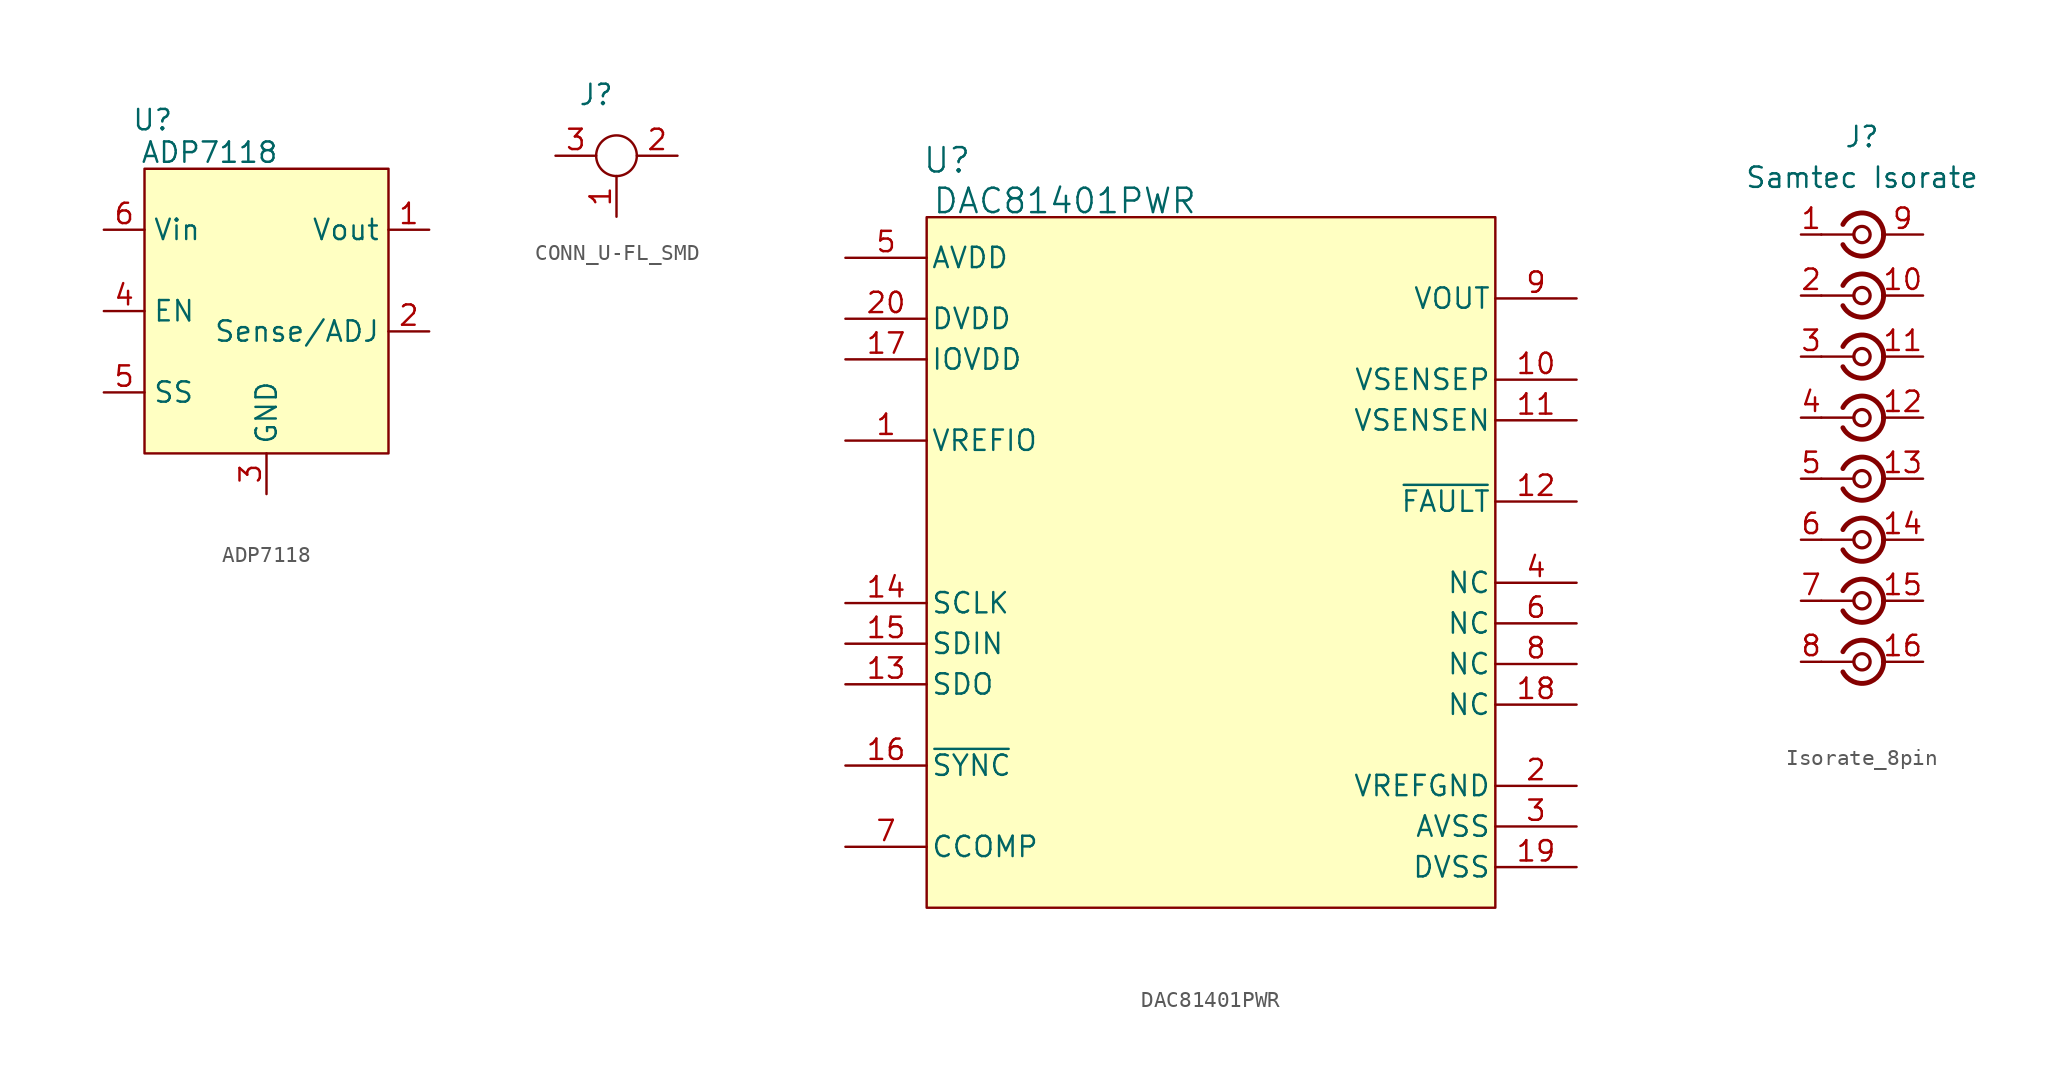
<source format=kicad_sym>
(kicad_symbol_lib
  (version 20241209)
  (generator "kicad_symbol_editor")
  (generator_version "9.0")
  (symbol "ADP7118"
    (property "Reference" "U"
      (at 0.508 3.048 0)
      (effects (font (size 1.27 1.27))))
    (property "Value" "ADP7118"
      (at 4.064 1.016 0)
      (effects (font (size 1.27 1.27))))
    (symbol "ADP7118_0_1"
      (rectangle (start 0 0) (end 15.24 -17.78) (stroke (width 0) (type default)) (fill (type background))))
    (symbol "ADP7118_1_1"
      (pin input line (at -2.54 -3.81 0) (length 2.54) (name "Vin" (effects (font (size 1.27 1.27)))) (number "6" (effects (font (size 1.27 1.27)))))
      (pin passive line (at -2.54 -8.89 0) (length 2.54) (name "EN" (effects (font (size 1.27 1.27)))) (number "4" (effects (font (size 1.27 1.27)))))
      (pin passive line (at -2.54 -13.97 0) (length 2.54) (name "SS" (effects (font (size 1.27 1.27)))) (number "5" (effects (font (size 1.27 1.27)))))
      (pin passive line (at 7.62 -20.32 90) (length 2.54) (name "GND" (effects (font (size 1.27 1.27)))) (number "3" (effects (font (size 1.27 1.27)))))
      (pin output line (at 17.78 -3.81 180) (length 2.54) (name "Vout" (effects (font (size 1.27 1.27)))) (number "1" (effects (font (size 1.27 1.27)))))
      (pin output line (at 17.78 -10.16 180) (length 2.54) (name "Sense/ADJ" (effects (font (size 1.27 1.27)))) (number "2" (effects (font (size 1.27 1.27)))))))
  (symbol "CONN_U-FL_SMD"
    (property "Reference" "J"
      (at -1.27 1.27 0)
      (effects (font (size 1.27 1.27))))
    (property "Value" ""
      (at 0 0 0)
      (effects (font (size 1.27 1.27))))
    (symbol "CONN_U-FL_SMD_0_1"
      (circle (center 0 -2.54) (radius 1.27) (stroke (width 0) (type default)) (fill (type none))))
    (symbol "CONN_U-FL_SMD_1_1"
      (pin passive line (at -3.81 -2.54 0) (length 2.54) (name "" (effects (font (size 1.27 1.27)))) (number "3" (effects (font (size 1.27 1.27)))))
      (pin passive line (at 0 -6.35 90) (length 2.54) (name "" (effects (font (size 1.27 1.27)))) (number "1" (effects (font (size 1.27 1.27)))))
      (pin passive line (at 3.81 -2.54 180) (length 2.54) (name "" (effects (font (size 1.27 1.27)))) (number "2" (effects (font (size 1.27 1.27)))))))
  (symbol "DAC81401PWR"
    (pin_names
      (offset 0.254))
    (property "Reference" "U"
      (at 1.27 3.556 0)
      (effects (font (size 1.524 1.524))))
    (property "Value" "DAC81401PWR"
      (at 8.636 1.016 0)
      (effects (font (size 1.524 1.524))))
    (symbol "DAC81401PWR_0_1"
      (rectangle (start 0 0) (end 35.56 -43.18) (stroke (width 0) (type default)) (fill (type background)))
      (pin power_in line (at -5.08 -2.54 0) (length 5.08) (name "AVDD" (effects (font (size 1.27 1.27)))) (number "5" (effects (font (size 1.27 1.27)))))
      (pin power_in line (at -5.08 -6.35 0) (length 5.08) (name "DVDD" (effects (font (size 1.27 1.27)))) (number "20" (effects (font (size 1.27 1.27)))))
      (pin power_in line (at -5.08 -8.89 0) (length 5.08) (name "IOVDD" (effects (font (size 1.27 1.27)))) (number "17" (effects (font (size 1.27 1.27)))))
      (pin input line (at -5.08 -24.13 0) (length 5.08) (name "SCLK" (effects (font (size 1.27 1.27)))) (number "14" (effects (font (size 1.27 1.27)))))
      (pin input line (at -5.08 -26.67 0) (length 5.08) (name "SDIN" (effects (font (size 1.27 1.27)))) (number "15" (effects (font (size 1.27 1.27)))))
      (pin output line (at -5.08 -29.21 0) (length 5.08) (name "SDO" (effects (font (size 1.27 1.27)))) (number "13" (effects (font (size 1.27 1.27)))))
      (pin power_in line (at 40.64 -10.16 180) (length 5.08) (name "VSENSEP" (effects (font (size 1.27 1.27)))) (number "10" (effects (font (size 1.27 1.27)))))
      (pin power_in line (at 40.64 -12.7 180) (length 5.08) (name "VSENSEN" (effects (font (size 1.27 1.27)))) (number "11" (effects (font (size 1.27 1.27)))))
      (pin unspecified line (at 40.64 -22.86 180) (length 5.08) (name "NC" (effects (font (size 1.27 1.27)))) (number "4" (effects (font (size 1.27 1.27)))))
      (pin unspecified line (at 40.64 -25.4 180) (length 5.08) (name "NC" (effects (font (size 1.27 1.27)))) (number "6" (effects (font (size 1.27 1.27)))))
      (pin unspecified line (at 40.64 -27.94 180) (length 5.08) (name "NC" (effects (font (size 1.27 1.27)))) (number "8" (effects (font (size 1.27 1.27)))))
      (pin unspecified line (at 40.64 -30.48 180) (length 5.08) (name "NC" (effects (font (size 1.27 1.27)))) (number "18" (effects (font (size 1.27 1.27)))))
      (pin power_in line (at 40.64 -35.56 180) (length 5.08) (name "VREFGND" (effects (font (size 1.27 1.27)))) (number "2" (effects (font (size 1.27 1.27)))))
      (pin power_in line (at 40.64 -38.1 180) (length 5.08) (name "AVSS" (effects (font (size 1.27 1.27)))) (number "3" (effects (font (size 1.27 1.27)))))
      (pin power_in line (at 40.64 -40.64 180) (length 5.08) (name "DVSS" (effects (font (size 1.27 1.27)))) (number "19" (effects (font (size 1.27 1.27))))))
    (symbol "DAC81401PWR_1_1"
      (pin passive line (at -5.08 -13.97 0) (length 5.08) (name "VREFIO" (effects (font (size 1.27 1.27)))) (number "1" (effects (font (size 1.27 1.27)))))
      (pin input line (at -5.08 -34.29 0) (length 5.08) (name "~{SYNC}" (effects (font (size 1.27 1.27)))) (number "16" (effects (font (size 1.27 1.27)))))
      (pin passive line (at -5.08 -39.37 0) (length 5.08) (name "CCOMP" (effects (font (size 1.27 1.27)))) (number "7" (effects (font (size 1.27 1.27)))))
      (pin power_out line (at 40.64 -5.08 180) (length 5.08) (name "VOUT" (effects (font (size 1.27 1.27)))) (number "9" (effects (font (size 1.27 1.27)))))
      (pin open_collector line (at 40.64 -17.78 180) (length 5.08) (name "~{FAULT}" (effects (font (size 1.27 1.27)))) (number "12" (effects (font (size 1.27 1.27)))))))
  (symbol "Isorate_8pin"
    (pin_names
      (offset 1.016)
      (hide yes))
    (property "Reference" "J"
      (at 0 6.096 0)
      (effects (font (size 1.27 1.27))))
    (property "Value" "Samtec Isorate"
      (at 0 3.556 0)
      (effects (font (size 1.27 1.27))))
    (symbol "Isorate_8pin_0_1"
      (polyline (pts (xy -2.54 0) (xy -0.508 0)) (stroke (width 0) (type default)) (fill (type none)))
      (polyline (pts (xy -2.54 -3.81) (xy -0.508 -3.81)) (stroke (width 0) (type default)) (fill (type none)))
      (polyline (pts (xy -2.54 -7.62) (xy -0.508 -7.62)) (stroke (width 0) (type default)) (fill (type none)))
      (polyline (pts (xy -2.54 -11.43) (xy -0.508 -11.43)) (stroke (width 0) (type default)) (fill (type none)))
      (polyline (pts (xy -2.54 -15.24) (xy -0.508 -15.24)) (stroke (width 0) (type default)) (fill (type none)))
      (polyline (pts (xy -2.54 -19.05) (xy -0.508 -19.05)) (stroke (width 0) (type default)) (fill (type none)))
      (polyline (pts (xy -2.54 -22.86) (xy -0.508 -22.86)) (stroke (width 0) (type default)) (fill (type none)))
      (polyline (pts (xy -2.54 -26.67) (xy -0.508 -26.67)) (stroke (width 0) (type default)) (fill (type none)))
      (circle (center 0 0) (radius 0.508) (stroke (width 0.203) (type default)) (fill (type none)))
      (circle (center 0 -3.81) (radius 0.508) (stroke (width 0.203) (type default)) (fill (type none)))
      (circle (center 0 -7.62) (radius 0.508) (stroke (width 0.203) (type default)) (fill (type none)))
      (circle (center 0 -11.43) (radius 0.508) (stroke (width 0.203) (type default)) (fill (type none)))
      (circle (center 0 -15.24) (radius 0.508) (stroke (width 0.203) (type default)) (fill (type none)))
      (circle (center 0 -19.05) (radius 0.508) (stroke (width 0.203) (type default)) (fill (type none)))
      (circle (center 0 -22.86) (radius 0.508) (stroke (width 0.203) (type default)) (fill (type none)))
      (circle (center 0 -26.67) (radius 0.508) (stroke (width 0.203) (type default)) (fill (type none))))
    (symbol "Isorate_8pin_1_1"
      (arc (start 1.3484 0.0039) (mid 0.327 -1.308) (end -1.1916 -0.6311) (stroke (width 0.3048) (type default)) (fill (type none)))
      (arc (start -1.1916 0.6311) (mid 0.327 1.3081) (end 1.3484 -0.0039) (stroke (width 0.3048) (type default)) (fill (type none)))
      (arc (start 1.3484 -3.8061) (mid 0.327 -5.118) (end -1.1916 -4.4411) (stroke (width 0.3048) (type default)) (fill (type none)))
      (arc (start -1.1916 -3.1789) (mid 0.327 -2.5019) (end 1.3484 -3.8139) (stroke (width 0.3048) (type default)) (fill (type none)))
      (arc (start 1.3484 -7.6161) (mid 0.327 -8.928) (end -1.1916 -8.2511) (stroke (width 0.3048) (type default)) (fill (type none)))
      (arc (start -1.1916 -6.9889) (mid 0.327 -6.3119) (end 1.3484 -7.6239) (stroke (width 0.3048) (type default)) (fill (type none)))
      (arc (start 1.3484 -11.4261) (mid 0.327 -12.738) (end -1.1916 -12.0611) (stroke (width 0.3048) (type default)) (fill (type none)))
      (arc (start -1.1916 -10.7989) (mid 0.327 -10.1219) (end 1.3484 -11.4339) (stroke (width 0.3048) (type default)) (fill (type none)))
      (arc (start 1.3484 -15.2361) (mid 0.327 -16.548) (end -1.1916 -15.8711) (stroke (width 0.3048) (type default)) (fill (type none)))
      (arc (start -1.1916 -14.6089) (mid 0.327 -13.9319) (end 1.3484 -15.2439) (stroke (width 0.3048) (type default)) (fill (type none)))
      (arc (start 1.3484 -19.0461) (mid 0.327 -20.358) (end -1.1916 -19.6811) (stroke (width 0.3048) (type default)) (fill (type none)))
      (arc (start -1.1916 -18.4189) (mid 0.327 -17.7419) (end 1.3484 -19.0539) (stroke (width 0.3048) (type default)) (fill (type none)))
      (arc (start 1.3484 -22.8561) (mid 0.327 -24.168) (end -1.1916 -23.4911) (stroke (width 0.3048) (type default)) (fill (type none)))
      (arc (start -1.1916 -22.2289) (mid 0.327 -21.5519) (end 1.3484 -22.8639) (stroke (width 0.3048) (type default)) (fill (type none)))
      (arc (start 1.3484 -26.6661) (mid 0.327 -27.978) (end -1.1916 -27.3011) (stroke (width 0.3048) (type default)) (fill (type none)))
      (arc (start -1.1916 -26.0389) (mid 0.327 -25.3619) (end 1.3484 -26.6739) (stroke (width 0.3048) (type default)) (fill (type none)))
      (pin passive line (at -3.81 0 0) (length 1.27) (name "In" (effects (font (size 1.27 1.27)))) (number "1" (effects (font (size 1.27 1.27)))))
      (pin passive line (at -3.81 -3.81 0) (length 1.27) (name "In" (effects (font (size 1.27 1.27)))) (number "2" (effects (font (size 1.27 1.27)))))
      (pin passive line (at -3.81 -7.62 0) (length 1.27) (name "In" (effects (font (size 1.27 1.27)))) (number "3" (effects (font (size 1.27 1.27)))))
      (pin passive line (at -3.81 -11.43 0) (length 1.27) (name "In" (effects (font (size 1.27 1.27)))) (number "4" (effects (font (size 1.27 1.27)))))
      (pin passive line (at -3.81 -15.24 0) (length 1.27) (name "In" (effects (font (size 1.27 1.27)))) (number "5" (effects (font (size 1.27 1.27)))))
      (pin passive line (at -3.81 -19.05 0) (length 1.27) (name "In" (effects (font (size 1.27 1.27)))) (number "6" (effects (font (size 1.27 1.27)))))
      (pin passive line (at -3.81 -22.86 0) (length 1.27) (name "In" (effects (font (size 1.27 1.27)))) (number "7" (effects (font (size 1.27 1.27)))))
      (pin passive line (at -3.81 -26.67 0) (length 1.27) (name "In" (effects (font (size 1.27 1.27)))) (number "8" (effects (font (size 1.27 1.27)))))
      (pin passive line (at 3.81 0 180) (length 2.54) (name "gnd" (effects (font (size 1.27 1.27)))) (number "9" (effects (font (size 1.27 1.27)))))
      (pin passive line (at 3.81 -3.81 180) (length 2.54) (name "gnd" (effects (font (size 1.27 1.27)))) (number "10" (effects (font (size 1.27 1.27)))))
      (pin passive line (at 3.81 -7.62 180) (length 2.54) (name "11" (effects (font (size 1.27 1.27)))) (number "11" (effects (font (size 1.27 1.27)))))
      (pin passive line (at 3.81 -11.43 180) (length 2.54) (name "gnd" (effects (font (size 1.27 1.27)))) (number "12" (effects (font (size 1.27 1.27)))))
      (pin passive line (at 3.81 -15.24 180) (length 2.54) (name "gnd" (effects (font (size 1.27 1.27)))) (number "13" (effects (font (size 1.27 1.27)))))
      (pin passive line (at 3.81 -19.05 180) (length 2.54) (name "gnd" (effects (font (size 1.27 1.27)))) (number "14" (effects (font (size 1.27 1.27)))))
      (pin passive line (at 3.81 -22.86 180) (length 2.54) (name "gnd" (effects (font (size 1.27 1.27)))) (number "15" (effects (font (size 1.27 1.27)))))
      (pin passive line (at 3.81 -26.67 180) (length 2.54) (name "gnd" (effects (font (size 1.27 1.27)))) (number "16" (effects (font (size 1.27 1.27))))))))
</source>
